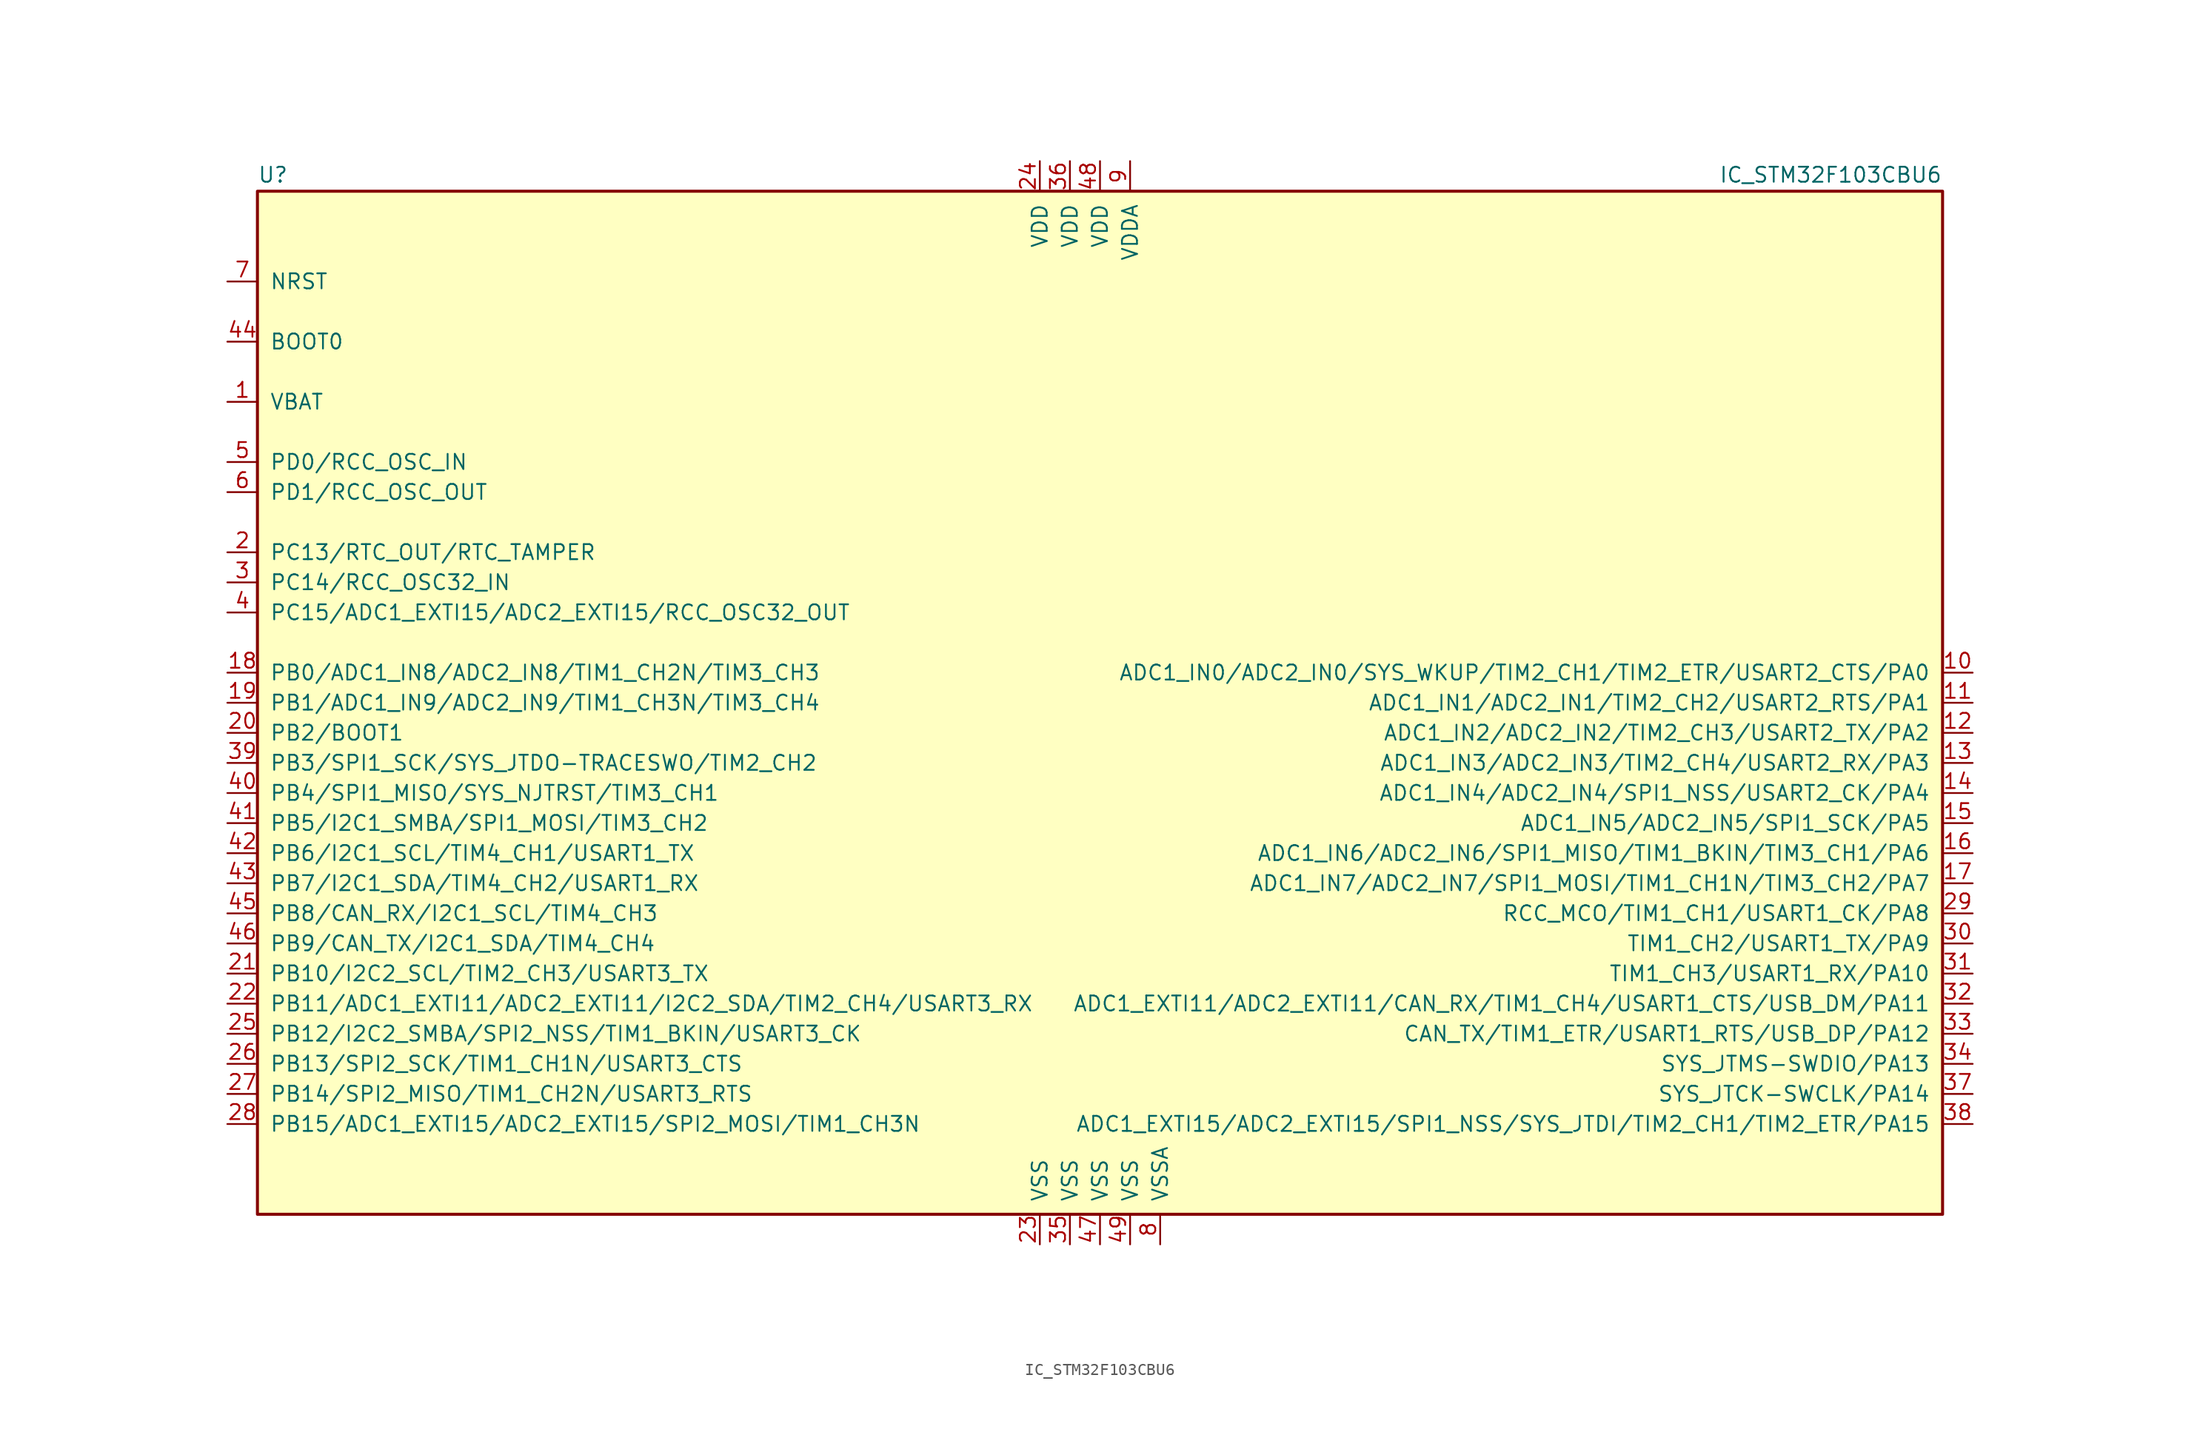
<source format=kicad_sym>
(kicad_symbol_lib
  (version 20211014)
  (generator kicad_symbol_editor)
  (symbol "IC_STM32F103CBU6"
    (pin_names
      (offset 1.016))
    (property "Reference" "U"
      (at -71.12 43.815 0)
      (effects (font (size 1.27 1.27)) (justify left bottom)))
    (property "Value" "IC_STM32F103CBU6"
      (at 71.12 43.815 0)
      (effects (font (size 1.27 1.27)) (justify right bottom)))
    (property "ki_locked" ""
      (at 0 0 0)
      (effects (font (size 1.27 1.27))))
    (symbol "IC_STM32F103CBU6_0_1"
      (rectangle (start -71.12 -43.18) (end 71.12 43.18) (stroke (width 0.254) (type default) (color 0 0 0 0)) (fill (type background))))
    (symbol "IC_STM32F103CBU6_1_1"
      (pin power_in line (at -73.66 25.4 0) (length 2.54) (name "VBAT" (effects (font (size 1.27 1.27)))) (number "1" (effects (font (size 1.27 1.27)))))
      (pin bidirectional line (at 73.66 2.54 180) (length 2.54) (name "ADC1_IN0/ADC2_IN0/SYS_WKUP/TIM2_CH1/TIM2_ETR/USART2_CTS/PA0" (effects (font (size 1.27 1.27)))) (number "10" (effects (font (size 1.27 1.27)))))
      (pin bidirectional line (at 73.66 0 180) (length 2.54) (name "ADC1_IN1/ADC2_IN1/TIM2_CH2/USART2_RTS/PA1" (effects (font (size 1.27 1.27)))) (number "11" (effects (font (size 1.27 1.27)))))
      (pin bidirectional line (at 73.66 -2.54 180) (length 2.54) (name "ADC1_IN2/ADC2_IN2/TIM2_CH3/USART2_TX/PA2" (effects (font (size 1.27 1.27)))) (number "12" (effects (font (size 1.27 1.27)))))
      (pin bidirectional line (at 73.66 -5.08 180) (length 2.54) (name "ADC1_IN3/ADC2_IN3/TIM2_CH4/USART2_RX/PA3" (effects (font (size 1.27 1.27)))) (number "13" (effects (font (size 1.27 1.27)))))
      (pin bidirectional line (at 73.66 -7.62 180) (length 2.54) (name "ADC1_IN4/ADC2_IN4/SPI1_NSS/USART2_CK/PA4" (effects (font (size 1.27 1.27)))) (number "14" (effects (font (size 1.27 1.27)))))
      (pin bidirectional line (at 73.66 -10.16 180) (length 2.54) (name "ADC1_IN5/ADC2_IN5/SPI1_SCK/PA5" (effects (font (size 1.27 1.27)))) (number "15" (effects (font (size 1.27 1.27)))))
      (pin bidirectional line (at 73.66 -12.7 180) (length 2.54) (name "ADC1_IN6/ADC2_IN6/SPI1_MISO/TIM1_BKIN/TIM3_CH1/PA6" (effects (font (size 1.27 1.27)))) (number "16" (effects (font (size 1.27 1.27)))))
      (pin bidirectional line (at 73.66 -15.24 180) (length 2.54) (name "ADC1_IN7/ADC2_IN7/SPI1_MOSI/TIM1_CH1N/TIM3_CH2/PA7" (effects (font (size 1.27 1.27)))) (number "17" (effects (font (size 1.27 1.27)))))
      (pin bidirectional line (at -73.66 2.54 0) (length 2.54) (name "PB0/ADC1_IN8/ADC2_IN8/TIM1_CH2N/TIM3_CH3" (effects (font (size 1.27 1.27)))) (number "18" (effects (font (size 1.27 1.27)))))
      (pin bidirectional line (at -73.66 0 0) (length 2.54) (name "PB1/ADC1_IN9/ADC2_IN9/TIM1_CH3N/TIM3_CH4" (effects (font (size 1.27 1.27)))) (number "19" (effects (font (size 1.27 1.27)))))
      (pin bidirectional line (at -73.66 12.7 0) (length 2.54) (name "PC13/RTC_OUT/RTC_TAMPER" (effects (font (size 1.27 1.27)))) (number "2" (effects (font (size 1.27 1.27)))))
      (pin bidirectional line (at -73.66 -2.54 0) (length 2.54) (name "PB2/BOOT1" (effects (font (size 1.27 1.27)))) (number "20" (effects (font (size 1.27 1.27)))))
      (pin bidirectional line (at -73.66 -22.86 0) (length 2.54) (name "PB10/I2C2_SCL/TIM2_CH3/USART3_TX" (effects (font (size 1.27 1.27)))) (number "21" (effects (font (size 1.27 1.27)))))
      (pin bidirectional line (at -73.66 -25.4 0) (length 2.54) (name "PB11/ADC1_EXTI11/ADC2_EXTI11/I2C2_SDA/TIM2_CH4/USART3_RX" (effects (font (size 1.27 1.27)))) (number "22" (effects (font (size 1.27 1.27)))))
      (pin power_in line (at -5.08 -45.72 90) (length 2.54) (name "VSS" (effects (font (size 1.27 1.27)))) (number "23" (effects (font (size 1.27 1.27)))))
      (pin power_in line (at -5.08 45.72 270) (length 2.54) (name "VDD" (effects (font (size 1.27 1.27)))) (number "24" (effects (font (size 1.27 1.27)))))
      (pin bidirectional line (at -73.66 -27.94 0) (length 2.54) (name "PB12/I2C2_SMBA/SPI2_NSS/TIM1_BKIN/USART3_CK" (effects (font (size 1.27 1.27)))) (number "25" (effects (font (size 1.27 1.27)))))
      (pin bidirectional line (at -73.66 -30.48 0) (length 2.54) (name "PB13/SPI2_SCK/TIM1_CH1N/USART3_CTS" (effects (font (size 1.27 1.27)))) (number "26" (effects (font (size 1.27 1.27)))))
      (pin bidirectional line (at -73.66 -33.02 0) (length 2.54) (name "PB14/SPI2_MISO/TIM1_CH2N/USART3_RTS" (effects (font (size 1.27 1.27)))) (number "27" (effects (font (size 1.27 1.27)))))
      (pin bidirectional line (at -73.66 -35.56 0) (length 2.54) (name "PB15/ADC1_EXTI15/ADC2_EXTI15/SPI2_MOSI/TIM1_CH3N" (effects (font (size 1.27 1.27)))) (number "28" (effects (font (size 1.27 1.27)))))
      (pin bidirectional line (at 73.66 -17.78 180) (length 2.54) (name "RCC_MCO/TIM1_CH1/USART1_CK/PA8" (effects (font (size 1.27 1.27)))) (number "29" (effects (font (size 1.27 1.27)))))
      (pin bidirectional line (at -73.66 10.16 0) (length 2.54) (name "PC14/RCC_OSC32_IN" (effects (font (size 1.27 1.27)))) (number "3" (effects (font (size 1.27 1.27)))))
      (pin bidirectional line (at 73.66 -20.32 180) (length 2.54) (name "TIM1_CH2/USART1_TX/PA9" (effects (font (size 1.27 1.27)))) (number "30" (effects (font (size 1.27 1.27)))))
      (pin bidirectional line (at 73.66 -22.86 180) (length 2.54) (name "TIM1_CH3/USART1_RX/PA10" (effects (font (size 1.27 1.27)))) (number "31" (effects (font (size 1.27 1.27)))))
      (pin bidirectional line (at 73.66 -25.4 180) (length 2.54) (name "ADC1_EXTI11/ADC2_EXTI11/CAN_RX/TIM1_CH4/USART1_CTS/USB_DM/PA11" (effects (font (size 1.27 1.27)))) (number "32" (effects (font (size 1.27 1.27)))))
      (pin bidirectional line (at 73.66 -27.94 180) (length 2.54) (name "CAN_TX/TIM1_ETR/USART1_RTS/USB_DP/PA12" (effects (font (size 1.27 1.27)))) (number "33" (effects (font (size 1.27 1.27)))))
      (pin bidirectional line (at 73.66 -30.48 180) (length 2.54) (name "SYS_JTMS-SWDIO/PA13" (effects (font (size 1.27 1.27)))) (number "34" (effects (font (size 1.27 1.27)))))
      (pin power_in line (at -2.54 -45.72 90) (length 2.54) (name "VSS" (effects (font (size 1.27 1.27)))) (number "35" (effects (font (size 1.27 1.27)))))
      (pin power_in line (at -2.54 45.72 270) (length 2.54) (name "VDD" (effects (font (size 1.27 1.27)))) (number "36" (effects (font (size 1.27 1.27)))))
      (pin bidirectional line (at 73.66 -33.02 180) (length 2.54) (name "SYS_JTCK-SWCLK/PA14" (effects (font (size 1.27 1.27)))) (number "37" (effects (font (size 1.27 1.27)))))
      (pin bidirectional line (at 73.66 -35.56 180) (length 2.54) (name "ADC1_EXTI15/ADC2_EXTI15/SPI1_NSS/SYS_JTDI/TIM2_CH1/TIM2_ETR/PA15" (effects (font (size 1.27 1.27)))) (number "38" (effects (font (size 1.27 1.27)))))
      (pin bidirectional line (at -73.66 -5.08 0) (length 2.54) (name "PB3/SPI1_SCK/SYS_JTDO-TRACESWO/TIM2_CH2" (effects (font (size 1.27 1.27)))) (number "39" (effects (font (size 1.27 1.27)))))
      (pin bidirectional line (at -73.66 7.62 0) (length 2.54) (name "PC15/ADC1_EXTI15/ADC2_EXTI15/RCC_OSC32_OUT" (effects (font (size 1.27 1.27)))) (number "4" (effects (font (size 1.27 1.27)))))
      (pin bidirectional line (at -73.66 -7.62 0) (length 2.54) (name "PB4/SPI1_MISO/SYS_NJTRST/TIM3_CH1" (effects (font (size 1.27 1.27)))) (number "40" (effects (font (size 1.27 1.27)))))
      (pin bidirectional line (at -73.66 -10.16 0) (length 2.54) (name "PB5/I2C1_SMBA/SPI1_MOSI/TIM3_CH2" (effects (font (size 1.27 1.27)))) (number "41" (effects (font (size 1.27 1.27)))))
      (pin bidirectional line (at -73.66 -12.7 0) (length 2.54) (name "PB6/I2C1_SCL/TIM4_CH1/USART1_TX" (effects (font (size 1.27 1.27)))) (number "42" (effects (font (size 1.27 1.27)))))
      (pin bidirectional line (at -73.66 -15.24 0) (length 2.54) (name "PB7/I2C1_SDA/TIM4_CH2/USART1_RX" (effects (font (size 1.27 1.27)))) (number "43" (effects (font (size 1.27 1.27)))))
      (pin input line (at -73.66 30.48 0) (length 2.54) (name "BOOT0" (effects (font (size 1.27 1.27)))) (number "44" (effects (font (size 1.27 1.27)))))
      (pin bidirectional line (at -73.66 -17.78 0) (length 2.54) (name "PB8/CAN_RX/I2C1_SCL/TIM4_CH3" (effects (font (size 1.27 1.27)))) (number "45" (effects (font (size 1.27 1.27)))))
      (pin bidirectional line (at -73.66 -20.32 0) (length 2.54) (name "PB9/CAN_TX/I2C1_SDA/TIM4_CH4" (effects (font (size 1.27 1.27)))) (number "46" (effects (font (size 1.27 1.27)))))
      (pin power_in line (at 0 -45.72 90) (length 2.54) (name "VSS" (effects (font (size 1.27 1.27)))) (number "47" (effects (font (size 1.27 1.27)))))
      (pin power_in line (at 0 45.72 270) (length 2.54) (name "VDD" (effects (font (size 1.27 1.27)))) (number "48" (effects (font (size 1.27 1.27)))))
      (pin power_in line (at 2.54 -45.72 90) (length 2.54) (name "VSS" (effects (font (size 1.27 1.27)))) (number "49" (effects (font (size 1.27 1.27)))))
      (pin input line (at -73.66 20.32 0) (length 2.54) (name "PD0/RCC_OSC_IN" (effects (font (size 1.27 1.27)))) (number "5" (effects (font (size 1.27 1.27)))))
      (pin input line (at -73.66 17.78 0) (length 2.54) (name "PD1/RCC_OSC_OUT" (effects (font (size 1.27 1.27)))) (number "6" (effects (font (size 1.27 1.27)))))
      (pin input line (at -73.66 35.56 0) (length 2.54) (name "NRST" (effects (font (size 1.27 1.27)))) (number "7" (effects (font (size 1.27 1.27)))))
      (pin power_in line (at 5.08 -45.72 90) (length 2.54) (name "VSSA" (effects (font (size 1.27 1.27)))) (number "8" (effects (font (size 1.27 1.27)))))
      (pin power_in line (at 2.54 45.72 270) (length 2.54) (name "VDDA" (effects (font (size 1.27 1.27)))) (number "9" (effects (font (size 1.27 1.27))))))))
</source>
